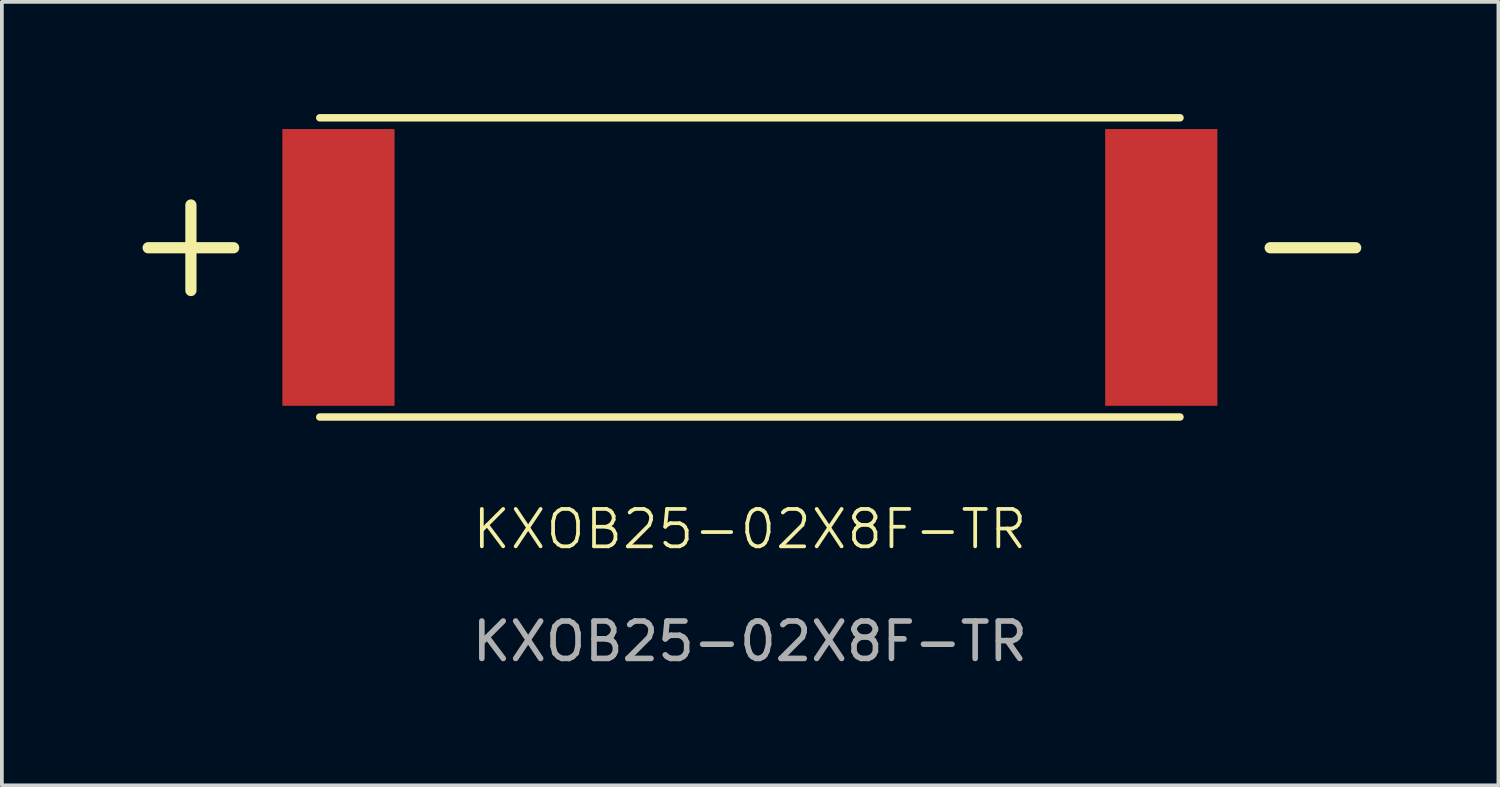
<source format=kicad_pcb>
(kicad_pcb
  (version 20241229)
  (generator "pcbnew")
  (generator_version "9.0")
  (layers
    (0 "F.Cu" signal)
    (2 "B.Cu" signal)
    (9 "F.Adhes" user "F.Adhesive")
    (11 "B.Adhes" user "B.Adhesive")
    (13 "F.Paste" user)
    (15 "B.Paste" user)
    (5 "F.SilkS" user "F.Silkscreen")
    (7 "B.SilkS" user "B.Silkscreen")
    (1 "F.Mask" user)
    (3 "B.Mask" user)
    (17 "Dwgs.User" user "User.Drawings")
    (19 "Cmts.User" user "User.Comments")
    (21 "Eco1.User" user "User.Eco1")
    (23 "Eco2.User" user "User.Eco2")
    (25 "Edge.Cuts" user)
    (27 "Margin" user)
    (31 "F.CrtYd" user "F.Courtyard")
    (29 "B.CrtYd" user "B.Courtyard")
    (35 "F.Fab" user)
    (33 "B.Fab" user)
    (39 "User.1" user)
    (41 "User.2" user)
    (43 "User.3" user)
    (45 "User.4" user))
  (footprint "KXOB25-02X8F-TR"
    (layer "F.Cu")
    (at 17 4.1)
    (property "Reference" "KXOB25-02X8F-TR" (at 0 7 0) (unlocked yes) (layer "F.SilkS") (effects (font (size 1 1) (thickness 0.1))))
    (attr smd)
    (fp_line (start -11.5 -4) (end 11.5 -4) (stroke (width 0.2) (type default)) (layer "F.SilkS"))
    (fp_line (start -11.5 4) (end 11.5 4) (stroke (width 0.2) (type default)) (layer "F.SilkS"))
    (fp_text user "+" (at -17 1 0) (unlocked yes) (layer "F.SilkS") (effects (font (size 3 3) (thickness 0.3)) (justify left bottom)))
    (fp_text user "-" (at 13 1 0) (unlocked yes) (layer "F.SilkS") (effects (font (size 3 3) (thickness 0.3)) (justify left bottom)))
    (fp_text user "${REFERENCE}" (at 0 10 0) (unlocked yes) (layer "F.Fab") (effects (font (size 1 1) (thickness 0.15))))
    (pad "1" smd rect (at -11 0) (size 3 7.4) (layers "F.Cu" "F.Mask" "F.Paste"))
    (pad "2" smd rect (at 11 0) (size 3 7.4) (layers "F.Cu" "F.Mask" "F.Paste")))
  (gr_rect
    (start -3 -3)
    (end 37.014 17.948)
    (stroke (width 0.1) (type default))
    (fill no)
    (layer "Edge.Cuts")))
</source>
